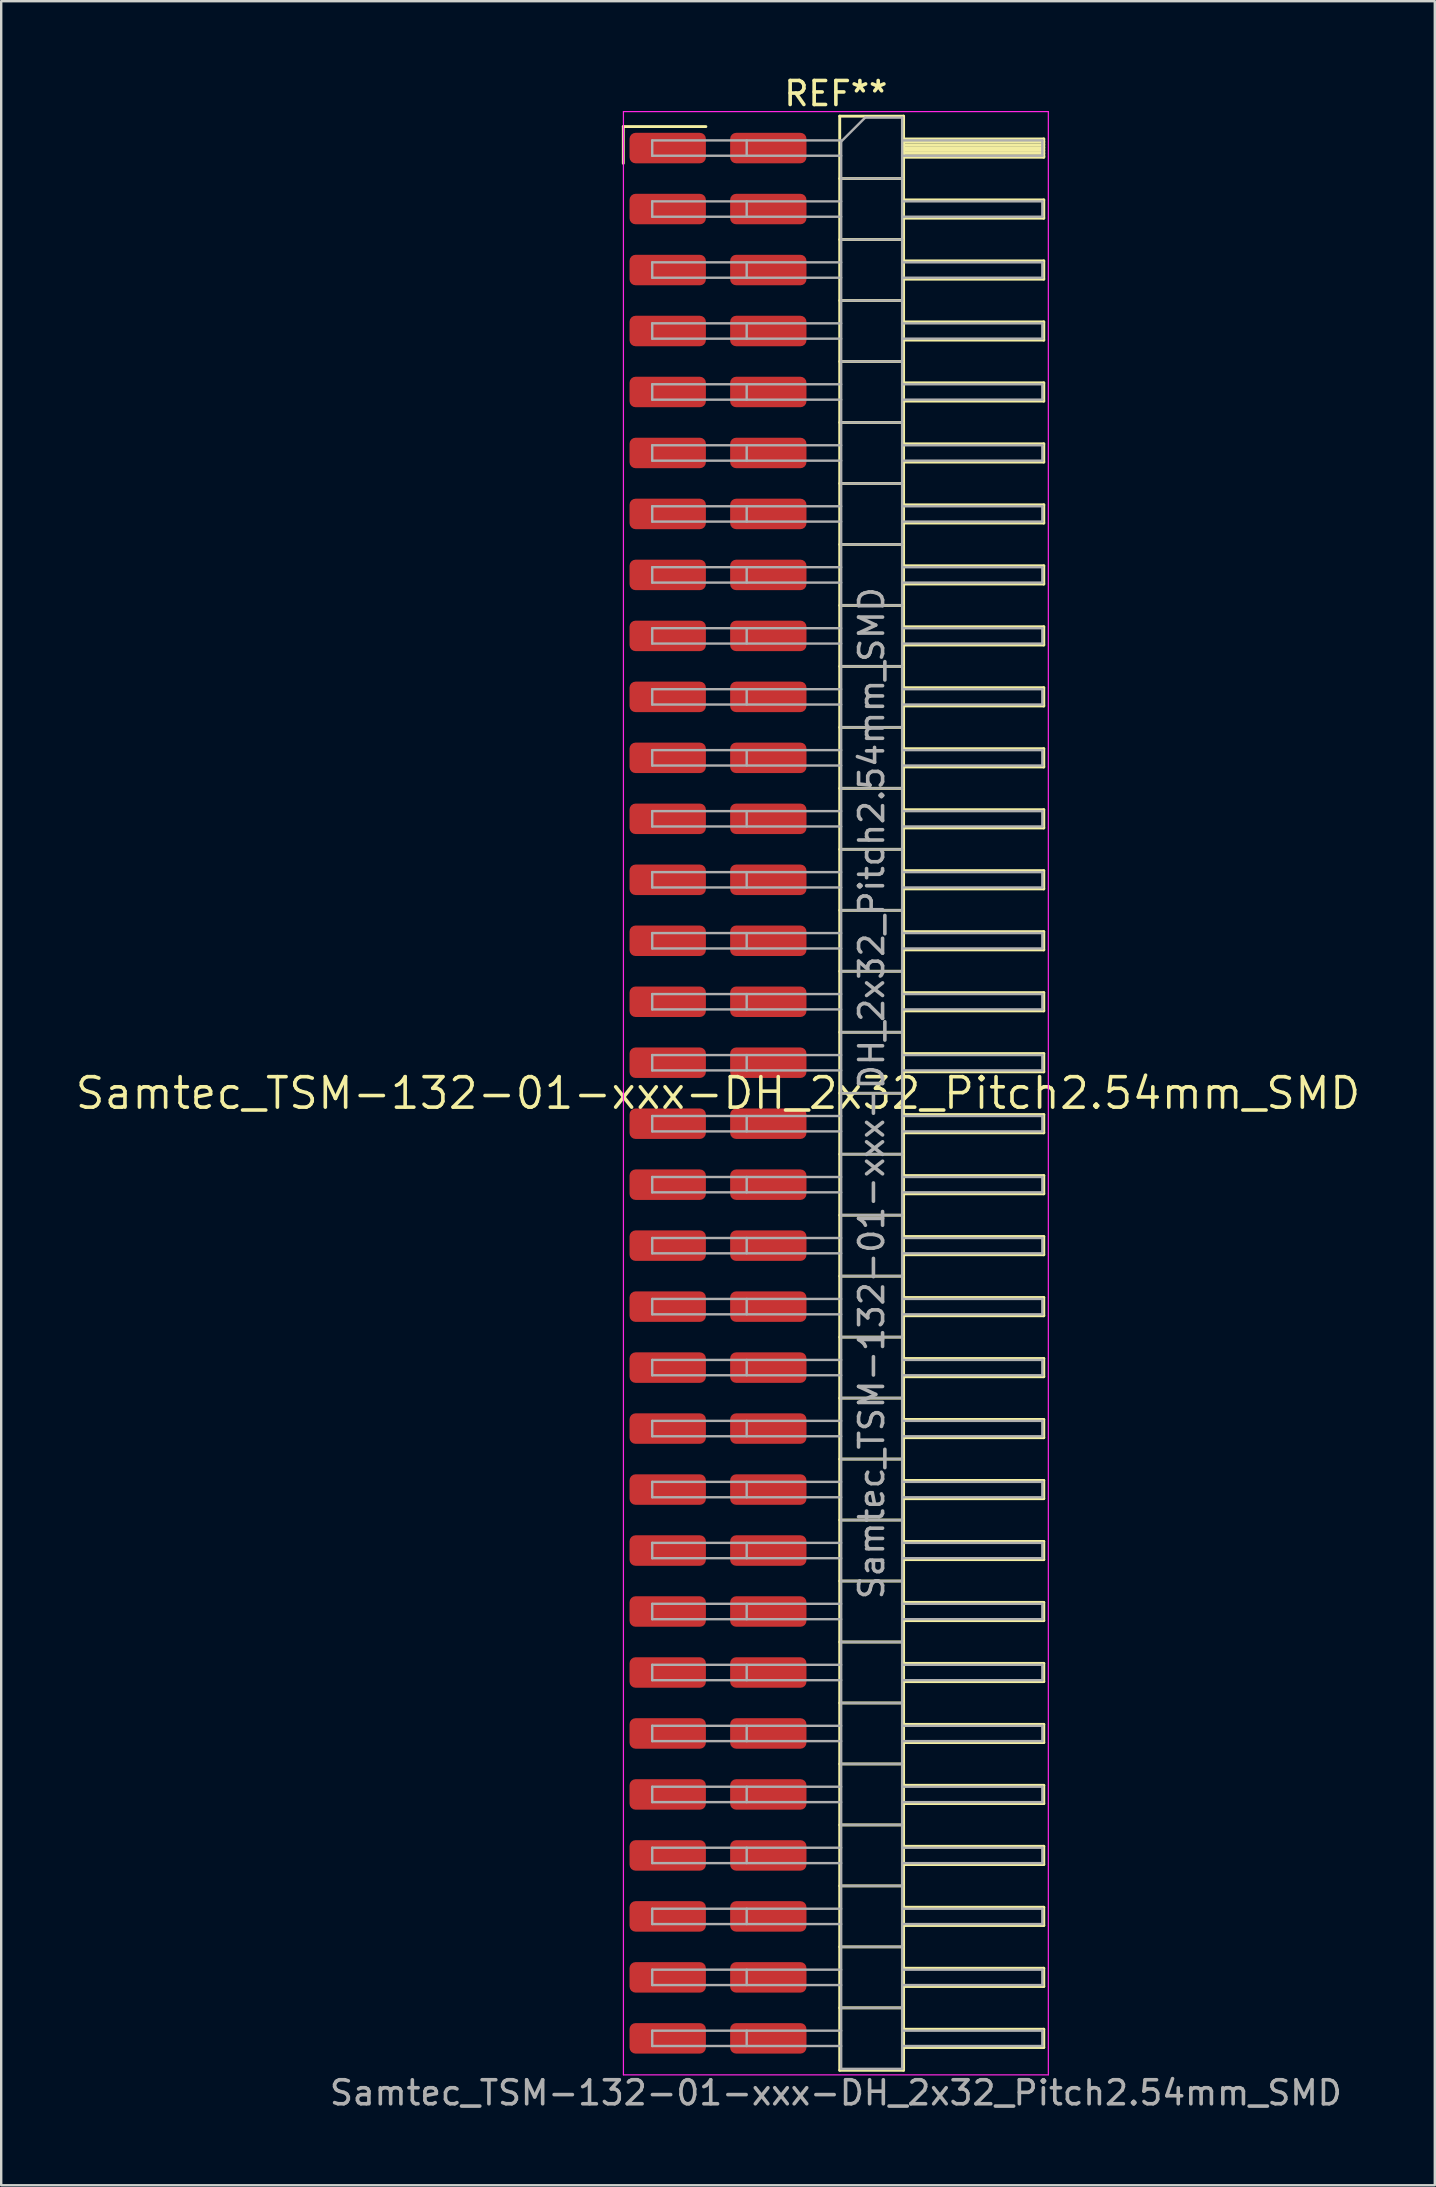
<source format=kicad_pcb>
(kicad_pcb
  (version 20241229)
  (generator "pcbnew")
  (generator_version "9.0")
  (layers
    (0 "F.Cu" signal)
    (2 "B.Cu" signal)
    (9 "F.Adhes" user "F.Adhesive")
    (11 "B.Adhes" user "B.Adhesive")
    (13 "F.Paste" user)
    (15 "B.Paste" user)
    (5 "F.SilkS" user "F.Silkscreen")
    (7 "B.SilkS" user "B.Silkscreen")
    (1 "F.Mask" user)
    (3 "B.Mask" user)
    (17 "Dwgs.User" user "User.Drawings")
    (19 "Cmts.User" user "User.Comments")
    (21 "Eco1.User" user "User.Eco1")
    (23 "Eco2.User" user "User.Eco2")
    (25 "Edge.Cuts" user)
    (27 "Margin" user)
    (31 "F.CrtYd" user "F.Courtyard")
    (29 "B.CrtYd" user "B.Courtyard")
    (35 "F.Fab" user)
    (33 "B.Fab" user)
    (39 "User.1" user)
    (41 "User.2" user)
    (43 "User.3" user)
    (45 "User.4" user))
  (footprint "Samtec_TSM-132-01-xxx-DH_2x32_Pitch2.54mm_SMD"
    (layer "F.Cu")
    (at 26.859 42.488)
    (property "Reference" "Samtec_TSM-132-01-xxx-DH_2x32_Pitch2.54mm_SMD" (at 0 0 0) (layer "F.SilkS") (effects (font (size 1.27 1.27) (thickness 0.15))))
    (attr smd)
    (fp_line (start -3.945 -40.265) (end -0.505 -40.265) (stroke (width 0.12) (type solid)) (layer "F.SilkS"))
    (fp_line (start -3.945 -38.735) (end -3.945 -40.265) (stroke (width 0.12) (type solid)) (layer "F.SilkS"))
    (fp_line (start 5.07 -40.7) (end 7.73 -40.7) (stroke (width 0.12) (type solid)) (layer "F.SilkS"))
    (fp_line (start 5.07 -38.1) (end 7.73 -38.1) (stroke (width 0.12) (type solid)) (layer "F.SilkS"))
    (fp_line (start 5.07 -35.56) (end 7.73 -35.56) (stroke (width 0.12) (type solid)) (layer "F.SilkS"))
    (fp_line (start 5.07 -33.02) (end 7.73 -33.02) (stroke (width 0.12) (type solid)) (layer "F.SilkS"))
    (fp_line (start 5.07 -30.48) (end 7.73 -30.48) (stroke (width 0.12) (type solid)) (layer "F.SilkS"))
    (fp_line (start 5.07 -27.94) (end 7.73 -27.94) (stroke (width 0.12) (type solid)) (layer "F.SilkS"))
    (fp_line (start 5.07 -25.4) (end 7.73 -25.4) (stroke (width 0.12) (type solid)) (layer "F.SilkS"))
    (fp_line (start 5.07 -22.86) (end 7.73 -22.86) (stroke (width 0.12) (type solid)) (layer "F.SilkS"))
    (fp_line (start 5.07 -20.32) (end 7.73 -20.32) (stroke (width 0.12) (type solid)) (layer "F.SilkS"))
    (fp_line (start 5.07 -17.78) (end 7.73 -17.78) (stroke (width 0.12) (type solid)) (layer "F.SilkS"))
    (fp_line (start 5.07 -15.24) (end 7.73 -15.24) (stroke (width 0.12) (type solid)) (layer "F.SilkS"))
    (fp_line (start 5.07 -12.7) (end 7.73 -12.7) (stroke (width 0.12) (type solid)) (layer "F.SilkS"))
    (fp_line (start 5.07 -10.16) (end 7.73 -10.16) (stroke (width 0.12) (type solid)) (layer "F.SilkS"))
    (fp_line (start 5.07 -7.62) (end 7.73 -7.62) (stroke (width 0.12) (type solid)) (layer "F.SilkS"))
    (fp_line (start 5.07 -5.08) (end 7.73 -5.08) (stroke (width 0.12) (type solid)) (layer "F.SilkS"))
    (fp_line (start 5.07 -2.54) (end 7.73 -2.54) (stroke (width 0.12) (type solid)) (layer "F.SilkS"))
    (fp_line (start 5.07 0) (end 7.73 0) (stroke (width 0.12) (type solid)) (layer "F.SilkS"))
    (fp_line (start 5.07 2.54) (end 7.73 2.54) (stroke (width 0.12) (type solid)) (layer "F.SilkS"))
    (fp_line (start 5.07 5.08) (end 7.73 5.08) (stroke (width 0.12) (type solid)) (layer "F.SilkS"))
    (fp_line (start 5.07 7.62) (end 7.73 7.62) (stroke (width 0.12) (type solid)) (layer "F.SilkS"))
    (fp_line (start 5.07 10.16) (end 7.73 10.16) (stroke (width 0.12) (type solid)) (layer "F.SilkS"))
    (fp_line (start 5.07 12.7) (end 7.73 12.7) (stroke (width 0.12) (type solid)) (layer "F.SilkS"))
    (fp_line (start 5.07 15.24) (end 7.73 15.24) (stroke (width 0.12) (type solid)) (layer "F.SilkS"))
    (fp_line (start 5.07 17.78) (end 7.73 17.78) (stroke (width 0.12) (type solid)) (layer "F.SilkS"))
    (fp_line (start 5.07 20.32) (end 7.73 20.32) (stroke (width 0.12) (type solid)) (layer "F.SilkS"))
    (fp_line (start 5.07 22.86) (end 7.73 22.86) (stroke (width 0.12) (type solid)) (layer "F.SilkS"))
    (fp_line (start 5.07 25.4) (end 7.73 25.4) (stroke (width 0.12) (type solid)) (layer "F.SilkS"))
    (fp_line (start 5.07 27.94) (end 7.73 27.94) (stroke (width 0.12) (type solid)) (layer "F.SilkS"))
    (fp_line (start 5.07 30.48) (end 7.73 30.48) (stroke (width 0.12) (type solid)) (layer "F.SilkS"))
    (fp_line (start 5.07 33.02) (end 7.73 33.02) (stroke (width 0.12) (type solid)) (layer "F.SilkS"))
    (fp_line (start 5.07 35.56) (end 7.73 35.56) (stroke (width 0.12) (type solid)) (layer "F.SilkS"))
    (fp_line (start 5.07 38.1) (end 7.73 38.1) (stroke (width 0.12) (type solid)) (layer "F.SilkS"))
    (fp_line (start 5.07 40.7) (end 5.07 -40.7) (stroke (width 0.12) (type solid)) (layer "F.SilkS"))
    (fp_line (start 7.73 -40.7) (end 7.73 40.7) (stroke (width 0.12) (type solid)) (layer "F.SilkS"))
    (fp_line (start 7.73 -39.75) (end 13.57 -39.75) (stroke (width 0.12) (type solid)) (layer "F.SilkS"))
    (fp_line (start 7.73 -39.63) (end 13.57 -39.63) (stroke (width 0.12) (type solid)) (layer "F.SilkS"))
    (fp_line (start 7.73 -39.51) (end 13.57 -39.51) (stroke (width 0.12) (type solid)) (layer "F.SilkS"))
    (fp_line (start 7.73 -39.39) (end 13.57 -39.39) (stroke (width 0.12) (type solid)) (layer "F.SilkS"))
    (fp_line (start 7.73 -39.27) (end 13.57 -39.27) (stroke (width 0.12) (type solid)) (layer "F.SilkS"))
    (fp_line (start 7.73 -39.15) (end 13.57 -39.15) (stroke (width 0.12) (type solid)) (layer "F.SilkS"))
    (fp_line (start 7.73 -39.03) (end 13.57 -39.03) (stroke (width 0.12) (type solid)) (layer "F.SilkS"))
    (fp_line (start 7.73 -38.99) (end 13.57 -38.99) (stroke (width 0.12) (type solid)) (layer "F.SilkS"))
    (fp_line (start 7.73 -37.21) (end 13.57 -37.21) (stroke (width 0.12) (type solid)) (layer "F.SilkS"))
    (fp_line (start 7.73 -36.45) (end 13.57 -36.45) (stroke (width 0.12) (type solid)) (layer "F.SilkS"))
    (fp_line (start 7.73 -34.67) (end 13.57 -34.67) (stroke (width 0.12) (type solid)) (layer "F.SilkS"))
    (fp_line (start 7.73 -33.91) (end 13.57 -33.91) (stroke (width 0.12) (type solid)) (layer "F.SilkS"))
    (fp_line (start 7.73 -32.13) (end 13.57 -32.13) (stroke (width 0.12) (type solid)) (layer "F.SilkS"))
    (fp_line (start 7.73 -31.37) (end 13.57 -31.37) (stroke (width 0.12) (type solid)) (layer "F.SilkS"))
    (fp_line (start 7.73 -29.59) (end 13.57 -29.59) (stroke (width 0.12) (type solid)) (layer "F.SilkS"))
    (fp_line (start 7.73 -28.83) (end 13.57 -28.83) (stroke (width 0.12) (type solid)) (layer "F.SilkS"))
    (fp_line (start 7.73 -27.05) (end 13.57 -27.05) (stroke (width 0.12) (type solid)) (layer "F.SilkS"))
    (fp_line (start 7.73 -26.29) (end 13.57 -26.29) (stroke (width 0.12) (type solid)) (layer "F.SilkS"))
    (fp_line (start 7.73 -24.51) (end 13.57 -24.51) (stroke (width 0.12) (type solid)) (layer "F.SilkS"))
    (fp_line (start 7.73 -23.75) (end 13.57 -23.75) (stroke (width 0.12) (type solid)) (layer "F.SilkS"))
    (fp_line (start 7.73 -21.97) (end 13.57 -21.97) (stroke (width 0.12) (type solid)) (layer "F.SilkS"))
    (fp_line (start 7.73 -21.21) (end 13.57 -21.21) (stroke (width 0.12) (type solid)) (layer "F.SilkS"))
    (fp_line (start 7.73 -19.43) (end 13.57 -19.43) (stroke (width 0.12) (type solid)) (layer "F.SilkS"))
    (fp_line (start 7.73 -18.67) (end 13.57 -18.67) (stroke (width 0.12) (type solid)) (layer "F.SilkS"))
    (fp_line (start 7.73 -16.89) (end 13.57 -16.89) (stroke (width 0.12) (type solid)) (layer "F.SilkS"))
    (fp_line (start 7.73 -16.13) (end 13.57 -16.13) (stroke (width 0.12) (type solid)) (layer "F.SilkS"))
    (fp_line (start 7.73 -14.35) (end 13.57 -14.35) (stroke (width 0.12) (type solid)) (layer "F.SilkS"))
    (fp_line (start 7.73 -13.59) (end 13.57 -13.59) (stroke (width 0.12) (type solid)) (layer "F.SilkS"))
    (fp_line (start 7.73 -11.81) (end 13.57 -11.81) (stroke (width 0.12) (type solid)) (layer "F.SilkS"))
    (fp_line (start 7.73 -11.05) (end 13.57 -11.05) (stroke (width 0.12) (type solid)) (layer "F.SilkS"))
    (fp_line (start 7.73 -9.27) (end 13.57 -9.27) (stroke (width 0.12) (type solid)) (layer "F.SilkS"))
    (fp_line (start 7.73 -8.51) (end 13.57 -8.51) (stroke (width 0.12) (type solid)) (layer "F.SilkS"))
    (fp_line (start 7.73 -6.73) (end 13.57 -6.73) (stroke (width 0.12) (type solid)) (layer "F.SilkS"))
    (fp_line (start 7.73 -5.97) (end 13.57 -5.97) (stroke (width 0.12) (type solid)) (layer "F.SilkS"))
    (fp_line (start 7.73 -4.19) (end 13.57 -4.19) (stroke (width 0.12) (type solid)) (layer "F.SilkS"))
    (fp_line (start 7.73 -3.43) (end 13.57 -3.43) (stroke (width 0.12) (type solid)) (layer "F.SilkS"))
    (fp_line (start 7.73 -1.65) (end 13.57 -1.65) (stroke (width 0.12) (type solid)) (layer "F.SilkS"))
    (fp_line (start 7.73 -0.89) (end 13.57 -0.89) (stroke (width 0.12) (type solid)) (layer "F.SilkS"))
    (fp_line (start 7.73 0.89) (end 13.57 0.89) (stroke (width 0.12) (type solid)) (layer "F.SilkS"))
    (fp_line (start 7.73 1.65) (end 13.57 1.65) (stroke (width 0.12) (type solid)) (layer "F.SilkS"))
    (fp_line (start 7.73 3.43) (end 13.57 3.43) (stroke (width 0.12) (type solid)) (layer "F.SilkS"))
    (fp_line (start 7.73 4.19) (end 13.57 4.19) (stroke (width 0.12) (type solid)) (layer "F.SilkS"))
    (fp_line (start 7.73 5.97) (end 13.57 5.97) (stroke (width 0.12) (type solid)) (layer "F.SilkS"))
    (fp_line (start 7.73 6.73) (end 13.57 6.73) (stroke (width 0.12) (type solid)) (layer "F.SilkS"))
    (fp_line (start 7.73 8.51) (end 13.57 8.51) (stroke (width 0.12) (type solid)) (layer "F.SilkS"))
    (fp_line (start 7.73 9.27) (end 13.57 9.27) (stroke (width 0.12) (type solid)) (layer "F.SilkS"))
    (fp_line (start 7.73 11.05) (end 13.57 11.05) (stroke (width 0.12) (type solid)) (layer "F.SilkS"))
    (fp_line (start 7.73 11.81) (end 13.57 11.81) (stroke (width 0.12) (type solid)) (layer "F.SilkS"))
    (fp_line (start 7.73 13.59) (end 13.57 13.59) (stroke (width 0.12) (type solid)) (layer "F.SilkS"))
    (fp_line (start 7.73 14.35) (end 13.57 14.35) (stroke (width 0.12) (type solid)) (layer "F.SilkS"))
    (fp_line (start 7.73 16.13) (end 13.57 16.13) (stroke (width 0.12) (type solid)) (layer "F.SilkS"))
    (fp_line (start 7.73 16.89) (end 13.57 16.89) (stroke (width 0.12) (type solid)) (layer "F.SilkS"))
    (fp_line (start 7.73 18.67) (end 13.57 18.67) (stroke (width 0.12) (type solid)) (layer "F.SilkS"))
    (fp_line (start 7.73 19.43) (end 13.57 19.43) (stroke (width 0.12) (type solid)) (layer "F.SilkS"))
    (fp_line (start 7.73 21.21) (end 13.57 21.21) (stroke (width 0.12) (type solid)) (layer "F.SilkS"))
    (fp_line (start 7.73 21.97) (end 13.57 21.97) (stroke (width 0.12) (type solid)) (layer "F.SilkS"))
    (fp_line (start 7.73 23.75) (end 13.57 23.75) (stroke (width 0.12) (type solid)) (layer "F.SilkS"))
    (fp_line (start 7.73 24.51) (end 13.57 24.51) (stroke (width 0.12) (type solid)) (layer "F.SilkS"))
    (fp_line (start 7.73 26.29) (end 13.57 26.29) (stroke (width 0.12) (type solid)) (layer "F.SilkS"))
    (fp_line (start 7.73 27.05) (end 13.57 27.05) (stroke (width 0.12) (type solid)) (layer "F.SilkS"))
    (fp_line (start 7.73 28.83) (end 13.57 28.83) (stroke (width 0.12) (type solid)) (layer "F.SilkS"))
    (fp_line (start 7.73 29.59) (end 13.57 29.59) (stroke (width 0.12) (type solid)) (layer "F.SilkS"))
    (fp_line (start 7.73 31.37) (end 13.57 31.37) (stroke (width 0.12) (type solid)) (layer "F.SilkS"))
    (fp_line (start 7.73 32.13) (end 13.57 32.13) (stroke (width 0.12) (type solid)) (layer "F.SilkS"))
    (fp_line (start 7.73 33.91) (end 13.57 33.91) (stroke (width 0.12) (type solid)) (layer "F.SilkS"))
    (fp_line (start 7.73 34.67) (end 13.57 34.67) (stroke (width 0.12) (type solid)) (layer "F.SilkS"))
    (fp_line (start 7.73 36.45) (end 13.57 36.45) (stroke (width 0.12) (type solid)) (layer "F.SilkS"))
    (fp_line (start 7.73 37.21) (end 13.57 37.21) (stroke (width 0.12) (type solid)) (layer "F.SilkS"))
    (fp_line (start 7.73 38.99) (end 13.57 38.99) (stroke (width 0.12) (type solid)) (layer "F.SilkS"))
    (fp_line (start 7.73 39.75) (end 13.57 39.75) (stroke (width 0.12) (type solid)) (layer "F.SilkS"))
    (fp_line (start 7.73 40.7) (end 5.07 40.7) (stroke (width 0.12) (type solid)) (layer "F.SilkS"))
    (fp_line (start 13.57 -39.75) (end 13.57 -38.99) (stroke (width 0.12) (type solid)) (layer "F.SilkS"))
    (fp_line (start 13.57 -37.21) (end 13.57 -36.45) (stroke (width 0.12) (type solid)) (layer "F.SilkS"))
    (fp_line (start 13.57 -34.67) (end 13.57 -33.91) (stroke (width 0.12) (type solid)) (layer "F.SilkS"))
    (fp_line (start 13.57 -32.13) (end 13.57 -31.37) (stroke (width 0.12) (type solid)) (layer "F.SilkS"))
    (fp_line (start 13.57 -29.59) (end 13.57 -28.83) (stroke (width 0.12) (type solid)) (layer "F.SilkS"))
    (fp_line (start 13.57 -27.05) (end 13.57 -26.29) (stroke (width 0.12) (type solid)) (layer "F.SilkS"))
    (fp_line (start 13.57 -24.51) (end 13.57 -23.75) (stroke (width 0.12) (type solid)) (layer "F.SilkS"))
    (fp_line (start 13.57 -21.97) (end 13.57 -21.21) (stroke (width 0.12) (type solid)) (layer "F.SilkS"))
    (fp_line (start 13.57 -19.43) (end 13.57 -18.67) (stroke (width 0.12) (type solid)) (layer "F.SilkS"))
    (fp_line (start 13.57 -16.89) (end 13.57 -16.13) (stroke (width 0.12) (type solid)) (layer "F.SilkS"))
    (fp_line (start 13.57 -14.35) (end 13.57 -13.59) (stroke (width 0.12) (type solid)) (layer "F.SilkS"))
    (fp_line (start 13.57 -11.81) (end 13.57 -11.05) (stroke (width 0.12) (type solid)) (layer "F.SilkS"))
    (fp_line (start 13.57 -9.27) (end 13.57 -8.51) (stroke (width 0.12) (type solid)) (layer "F.SilkS"))
    (fp_line (start 13.57 -6.73) (end 13.57 -5.97) (stroke (width 0.12) (type solid)) (layer "F.SilkS"))
    (fp_line (start 13.57 -4.19) (end 13.57 -3.43) (stroke (width 0.12) (type solid)) (layer "F.SilkS"))
    (fp_line (start 13.57 -1.65) (end 13.57 -0.89) (stroke (width 0.12) (type solid)) (layer "F.SilkS"))
    (fp_line (start 13.57 0.89) (end 13.57 1.65) (stroke (width 0.12) (type solid)) (layer "F.SilkS"))
    (fp_line (start 13.57 3.43) (end 13.57 4.19) (stroke (width 0.12) (type solid)) (layer "F.SilkS"))
    (fp_line (start 13.57 5.97) (end 13.57 6.73) (stroke (width 0.12) (type solid)) (layer "F.SilkS"))
    (fp_line (start 13.57 8.51) (end 13.57 9.27) (stroke (width 0.12) (type solid)) (layer "F.SilkS"))
    (fp_line (start 13.57 11.05) (end 13.57 11.81) (stroke (width 0.12) (type solid)) (layer "F.SilkS"))
    (fp_line (start 13.57 13.59) (end 13.57 14.35) (stroke (width 0.12) (type solid)) (layer "F.SilkS"))
    (fp_line (start 13.57 16.13) (end 13.57 16.89) (stroke (width 0.12) (type solid)) (layer "F.SilkS"))
    (fp_line (start 13.57 18.67) (end 13.57 19.43) (stroke (width 0.12) (type solid)) (layer "F.SilkS"))
    (fp_line (start 13.57 21.21) (end 13.57 21.97) (stroke (width 0.12) (type solid)) (layer "F.SilkS"))
    (fp_line (start 13.57 23.75) (end 13.57 24.51) (stroke (width 0.12) (type solid)) (layer "F.SilkS"))
    (fp_line (start 13.57 26.29) (end 13.57 27.05) (stroke (width 0.12) (type solid)) (layer "F.SilkS"))
    (fp_line (start 13.57 28.83) (end 13.57 29.59) (stroke (width 0.12) (type solid)) (layer "F.SilkS"))
    (fp_line (start 13.57 31.37) (end 13.57 32.13) (stroke (width 0.12) (type solid)) (layer "F.SilkS"))
    (fp_line (start 13.57 33.91) (end 13.57 34.67) (stroke (width 0.12) (type solid)) (layer "F.SilkS"))
    (fp_line (start 13.57 36.45) (end 13.57 37.21) (stroke (width 0.12) (type solid)) (layer "F.SilkS"))
    (fp_line (start 13.57 38.99) (end 13.57 39.75) (stroke (width 0.12) (type solid)) (layer "F.SilkS"))
    (fp_line (start -3.94 -40.89) (end 13.76 -40.89) (stroke (width 0.05) (type solid)) (layer "F.CrtYd"))
    (fp_line (start -3.94 40.89) (end -3.94 -40.89) (stroke (width 0.05) (type solid)) (layer "F.CrtYd"))
    (fp_line (start 13.76 -40.89) (end 13.76 40.89) (stroke (width 0.05) (type solid)) (layer "F.CrtYd"))
    (fp_line (start 13.76 40.89) (end -3.94 40.89) (stroke (width 0.05) (type solid)) (layer "F.CrtYd"))
    (fp_line (start -2.74 -39.69) (end -2.74 -39.05) (stroke (width 0.1) (type solid)) (layer "F.Fab"))
    (fp_line (start -2.74 -39.69) (end 5.13 -39.69) (stroke (width 0.1) (type solid)) (layer "F.Fab"))
    (fp_line (start -2.74 -39.05) (end 5.13 -39.05) (stroke (width 0.1) (type solid)) (layer "F.Fab"))
    (fp_line (start -2.74 -37.15) (end -2.74 -36.51) (stroke (width 0.1) (type solid)) (layer "F.Fab"))
    (fp_line (start -2.74 -37.15) (end 5.13 -37.15) (stroke (width 0.1) (type solid)) (layer "F.Fab"))
    (fp_line (start -2.74 -36.51) (end 5.13 -36.51) (stroke (width 0.1) (type solid)) (layer "F.Fab"))
    (fp_line (start -2.74 -34.61) (end -2.74 -33.97) (stroke (width 0.1) (type solid)) (layer "F.Fab"))
    (fp_line (start -2.74 -34.61) (end 5.13 -34.61) (stroke (width 0.1) (type solid)) (layer "F.Fab"))
    (fp_line (start -2.74 -33.97) (end 5.13 -33.97) (stroke (width 0.1) (type solid)) (layer "F.Fab"))
    (fp_line (start -2.74 -32.07) (end -2.74 -31.43) (stroke (width 0.1) (type solid)) (layer "F.Fab"))
    (fp_line (start -2.74 -32.07) (end 5.13 -32.07) (stroke (width 0.1) (type solid)) (layer "F.Fab"))
    (fp_line (start -2.74 -31.43) (end 5.13 -31.43) (stroke (width 0.1) (type solid)) (layer "F.Fab"))
    (fp_line (start -2.74 -29.53) (end -2.74 -28.89) (stroke (width 0.1) (type solid)) (layer "F.Fab"))
    (fp_line (start -2.74 -29.53) (end 5.13 -29.53) (stroke (width 0.1) (type solid)) (layer "F.Fab"))
    (fp_line (start -2.74 -28.89) (end 5.13 -28.89) (stroke (width 0.1) (type solid)) (layer "F.Fab"))
    (fp_line (start -2.74 -26.99) (end -2.74 -26.35) (stroke (width 0.1) (type solid)) (layer "F.Fab"))
    (fp_line (start -2.74 -26.99) (end 5.13 -26.99) (stroke (width 0.1) (type solid)) (layer "F.Fab"))
    (fp_line (start -2.74 -26.35) (end 5.13 -26.35) (stroke (width 0.1) (type solid)) (layer "F.Fab"))
    (fp_line (start -2.74 -24.45) (end -2.74 -23.81) (stroke (width 0.1) (type solid)) (layer "F.Fab"))
    (fp_line (start -2.74 -24.45) (end 5.13 -24.45) (stroke (width 0.1) (type solid)) (layer "F.Fab"))
    (fp_line (start -2.74 -23.81) (end 5.13 -23.81) (stroke (width 0.1) (type solid)) (layer "F.Fab"))
    (fp_line (start -2.74 -21.91) (end -2.74 -21.27) (stroke (width 0.1) (type solid)) (layer "F.Fab"))
    (fp_line (start -2.74 -21.91) (end 5.13 -21.91) (stroke (width 0.1) (type solid)) (layer "F.Fab"))
    (fp_line (start -2.74 -21.27) (end 5.13 -21.27) (stroke (width 0.1) (type solid)) (layer "F.Fab"))
    (fp_line (start -2.74 -19.37) (end -2.74 -18.73) (stroke (width 0.1) (type solid)) (layer "F.Fab"))
    (fp_line (start -2.74 -19.37) (end 5.13 -19.37) (stroke (width 0.1) (type solid)) (layer "F.Fab"))
    (fp_line (start -2.74 -18.73) (end 5.13 -18.73) (stroke (width 0.1) (type solid)) (layer "F.Fab"))
    (fp_line (start -2.74 -16.83) (end -2.74 -16.19) (stroke (width 0.1) (type solid)) (layer "F.Fab"))
    (fp_line (start -2.74 -16.83) (end 5.13 -16.83) (stroke (width 0.1) (type solid)) (layer "F.Fab"))
    (fp_line (start -2.74 -16.19) (end 5.13 -16.19) (stroke (width 0.1) (type solid)) (layer "F.Fab"))
    (fp_line (start -2.74 -14.29) (end -2.74 -13.65) (stroke (width 0.1) (type solid)) (layer "F.Fab"))
    (fp_line (start -2.74 -14.29) (end 5.13 -14.29) (stroke (width 0.1) (type solid)) (layer "F.Fab"))
    (fp_line (start -2.74 -13.65) (end 5.13 -13.65) (stroke (width 0.1) (type solid)) (layer "F.Fab"))
    (fp_line (start -2.74 -11.75) (end -2.74 -11.11) (stroke (width 0.1) (type solid)) (layer "F.Fab"))
    (fp_line (start -2.74 -11.75) (end 5.13 -11.75) (stroke (width 0.1) (type solid)) (layer "F.Fab"))
    (fp_line (start -2.74 -11.11) (end 5.13 -11.11) (stroke (width 0.1) (type solid)) (layer "F.Fab"))
    (fp_line (start -2.74 -9.21) (end -2.74 -8.57) (stroke (width 0.1) (type solid)) (layer "F.Fab"))
    (fp_line (start -2.74 -9.21) (end 5.13 -9.21) (stroke (width 0.1) (type solid)) (layer "F.Fab"))
    (fp_line (start -2.74 -8.57) (end 5.13 -8.57) (stroke (width 0.1) (type solid)) (layer "F.Fab"))
    (fp_line (start -2.74 -6.67) (end -2.74 -6.03) (stroke (width 0.1) (type solid)) (layer "F.Fab"))
    (fp_line (start -2.74 -6.67) (end 5.13 -6.67) (stroke (width 0.1) (type solid)) (layer "F.Fab"))
    (fp_line (start -2.74 -6.03) (end 5.13 -6.03) (stroke (width 0.1) (type solid)) (layer "F.Fab"))
    (fp_line (start -2.74 -4.13) (end -2.74 -3.49) (stroke (width 0.1) (type solid)) (layer "F.Fab"))
    (fp_line (start -2.74 -4.13) (end 5.13 -4.13) (stroke (width 0.1) (type solid)) (layer "F.Fab"))
    (fp_line (start -2.74 -3.49) (end 5.13 -3.49) (stroke (width 0.1) (type solid)) (layer "F.Fab"))
    (fp_line (start -2.74 -1.59) (end -2.74 -0.95) (stroke (width 0.1) (type solid)) (layer "F.Fab"))
    (fp_line (start -2.74 -1.59) (end 5.13 -1.59) (stroke (width 0.1) (type solid)) (layer "F.Fab"))
    (fp_line (start -2.74 -0.95) (end 5.13 -0.95) (stroke (width 0.1) (type solid)) (layer "F.Fab"))
    (fp_line (start -2.74 0.95) (end -2.74 1.59) (stroke (width 0.1) (type solid)) (layer "F.Fab"))
    (fp_line (start -2.74 0.95) (end 5.13 0.95) (stroke (width 0.1) (type solid)) (layer "F.Fab"))
    (fp_line (start -2.74 1.59) (end 5.13 1.59) (stroke (width 0.1) (type solid)) (layer "F.Fab"))
    (fp_line (start -2.74 3.49) (end -2.74 4.13) (stroke (width 0.1) (type solid)) (layer "F.Fab"))
    (fp_line (start -2.74 3.49) (end 5.13 3.49) (stroke (width 0.1) (type solid)) (layer "F.Fab"))
    (fp_line (start -2.74 4.13) (end 5.13 4.13) (stroke (width 0.1) (type solid)) (layer "F.Fab"))
    (fp_line (start -2.74 6.03) (end -2.74 6.67) (stroke (width 0.1) (type solid)) (layer "F.Fab"))
    (fp_line (start -2.74 6.03) (end 5.13 6.03) (stroke (width 0.1) (type solid)) (layer "F.Fab"))
    (fp_line (start -2.74 6.67) (end 5.13 6.67) (stroke (width 0.1) (type solid)) (layer "F.Fab"))
    (fp_line (start -2.74 8.57) (end -2.74 9.21) (stroke (width 0.1) (type solid)) (layer "F.Fab"))
    (fp_line (start -2.74 8.57) (end 5.13 8.57) (stroke (width 0.1) (type solid)) (layer "F.Fab"))
    (fp_line (start -2.74 9.21) (end 5.13 9.21) (stroke (width 0.1) (type solid)) (layer "F.Fab"))
    (fp_line (start -2.74 11.11) (end -2.74 11.75) (stroke (width 0.1) (type solid)) (layer "F.Fab"))
    (fp_line (start -2.74 11.11) (end 5.13 11.11) (stroke (width 0.1) (type solid)) (layer "F.Fab"))
    (fp_line (start -2.74 11.75) (end 5.13 11.75) (stroke (width 0.1) (type solid)) (layer "F.Fab"))
    (fp_line (start -2.74 13.65) (end -2.74 14.29) (stroke (width 0.1) (type solid)) (layer "F.Fab"))
    (fp_line (start -2.74 13.65) (end 5.13 13.65) (stroke (width 0.1) (type solid)) (layer "F.Fab"))
    (fp_line (start -2.74 14.29) (end 5.13 14.29) (stroke (width 0.1) (type solid)) (layer "F.Fab"))
    (fp_line (start -2.74 16.19) (end -2.74 16.83) (stroke (width 0.1) (type solid)) (layer "F.Fab"))
    (fp_line (start -2.74 16.19) (end 5.13 16.19) (stroke (width 0.1) (type solid)) (layer "F.Fab"))
    (fp_line (start -2.74 16.83) (end 5.13 16.83) (stroke (width 0.1) (type solid)) (layer "F.Fab"))
    (fp_line (start -2.74 18.73) (end -2.74 19.37) (stroke (width 0.1) (type solid)) (layer "F.Fab"))
    (fp_line (start -2.74 18.73) (end 5.13 18.73) (stroke (width 0.1) (type solid)) (layer "F.Fab"))
    (fp_line (start -2.74 19.37) (end 5.13 19.37) (stroke (width 0.1) (type solid)) (layer "F.Fab"))
    (fp_line (start -2.74 21.27) (end -2.74 21.91) (stroke (width 0.1) (type solid)) (layer "F.Fab"))
    (fp_line (start -2.74 21.27) (end 5.13 21.27) (stroke (width 0.1) (type solid)) (layer "F.Fab"))
    (fp_line (start -2.74 21.91) (end 5.13 21.91) (stroke (width 0.1) (type solid)) (layer "F.Fab"))
    (fp_line (start -2.74 23.81) (end -2.74 24.45) (stroke (width 0.1) (type solid)) (layer "F.Fab"))
    (fp_line (start -2.74 23.81) (end 5.13 23.81) (stroke (width 0.1) (type solid)) (layer "F.Fab"))
    (fp_line (start -2.74 24.45) (end 5.13 24.45) (stroke (width 0.1) (type solid)) (layer "F.Fab"))
    (fp_line (start -2.74 26.35) (end -2.74 26.99) (stroke (width 0.1) (type solid)) (layer "F.Fab"))
    (fp_line (start -2.74 26.35) (end 5.13 26.35) (stroke (width 0.1) (type solid)) (layer "F.Fab"))
    (fp_line (start -2.74 26.99) (end 5.13 26.99) (stroke (width 0.1) (type solid)) (layer "F.Fab"))
    (fp_line (start -2.74 28.89) (end -2.74 29.53) (stroke (width 0.1) (type solid)) (layer "F.Fab"))
    (fp_line (start -2.74 28.89) (end 5.13 28.89) (stroke (width 0.1) (type solid)) (layer "F.Fab"))
    (fp_line (start -2.74 29.53) (end 5.13 29.53) (stroke (width 0.1) (type solid)) (layer "F.Fab"))
    (fp_line (start -2.74 31.43) (end -2.74 32.07) (stroke (width 0.1) (type solid)) (layer "F.Fab"))
    (fp_line (start -2.74 31.43) (end 5.13 31.43) (stroke (width 0.1) (type solid)) (layer "F.Fab"))
    (fp_line (start -2.74 32.07) (end 5.13 32.07) (stroke (width 0.1) (type solid)) (layer "F.Fab"))
    (fp_line (start -2.74 33.97) (end -2.74 34.61) (stroke (width 0.1) (type solid)) (layer "F.Fab"))
    (fp_line (start -2.74 33.97) (end 5.13 33.97) (stroke (width 0.1) (type solid)) (layer "F.Fab"))
    (fp_line (start -2.74 34.61) (end 5.13 34.61) (stroke (width 0.1) (type solid)) (layer "F.Fab"))
    (fp_line (start -2.74 36.51) (end -2.74 37.15) (stroke (width 0.1) (type solid)) (layer "F.Fab"))
    (fp_line (start -2.74 36.51) (end 5.13 36.51) (stroke (width 0.1) (type solid)) (layer "F.Fab"))
    (fp_line (start -2.74 37.15) (end 5.13 37.15) (stroke (width 0.1) (type solid)) (layer "F.Fab"))
    (fp_line (start -2.74 39.05) (end -2.74 39.69) (stroke (width 0.1) (type solid)) (layer "F.Fab"))
    (fp_line (start -2.74 39.05) (end 5.13 39.05) (stroke (width 0.1) (type solid)) (layer "F.Fab"))
    (fp_line (start -2.74 39.69) (end 5.13 39.69) (stroke (width 0.1) (type solid)) (layer "F.Fab"))
    (fp_line (start 1.195 -39.69) (end 1.195 -39.05) (stroke (width 0.1) (type solid)) (layer "F.Fab"))
    (fp_line (start 1.195 -37.15) (end 1.195 -36.51) (stroke (width 0.1) (type solid)) (layer "F.Fab"))
    (fp_line (start 1.195 -34.61) (end 1.195 -33.97) (stroke (width 0.1) (type solid)) (layer "F.Fab"))
    (fp_line (start 1.195 -32.07) (end 1.195 -31.43) (stroke (width 0.1) (type solid)) (layer "F.Fab"))
    (fp_line (start 1.195 -29.53) (end 1.195 -28.89) (stroke (width 0.1) (type solid)) (layer "F.Fab"))
    (fp_line (start 1.195 -26.99) (end 1.195 -26.35) (stroke (width 0.1) (type solid)) (layer "F.Fab"))
    (fp_line (start 1.195 -24.45) (end 1.195 -23.81) (stroke (width 0.1) (type solid)) (layer "F.Fab"))
    (fp_line (start 1.195 -21.91) (end 1.195 -21.27) (stroke (width 0.1) (type solid)) (layer "F.Fab"))
    (fp_line (start 1.195 -19.37) (end 1.195 -18.73) (stroke (width 0.1) (type solid)) (layer "F.Fab"))
    (fp_line (start 1.195 -16.83) (end 1.195 -16.19) (stroke (width 0.1) (type solid)) (layer "F.Fab"))
    (fp_line (start 1.195 -14.29) (end 1.195 -13.65) (stroke (width 0.1) (type solid)) (layer "F.Fab"))
    (fp_line (start 1.195 -11.75) (end 1.195 -11.11) (stroke (width 0.1) (type solid)) (layer "F.Fab"))
    (fp_line (start 1.195 -9.21) (end 1.195 -8.57) (stroke (width 0.1) (type solid)) (layer "F.Fab"))
    (fp_line (start 1.195 -6.67) (end 1.195 -6.03) (stroke (width 0.1) (type solid)) (layer "F.Fab"))
    (fp_line (start 1.195 -4.13) (end 1.195 -3.49) (stroke (width 0.1) (type solid)) (layer "F.Fab"))
    (fp_line (start 1.195 -1.59) (end 1.195 -0.95) (stroke (width 0.1) (type solid)) (layer "F.Fab"))
    (fp_line (start 1.195 0.95) (end 1.195 1.59) (stroke (width 0.1) (type solid)) (layer "F.Fab"))
    (fp_line (start 1.195 3.49) (end 1.195 4.13) (stroke (width 0.1) (type solid)) (layer "F.Fab"))
    (fp_line (start 1.195 6.03) (end 1.195 6.67) (stroke (width 0.1) (type solid)) (layer "F.Fab"))
    (fp_line (start 1.195 8.57) (end 1.195 9.21) (stroke (width 0.1) (type solid)) (layer "F.Fab"))
    (fp_line (start 1.195 11.11) (end 1.195 11.75) (stroke (width 0.1) (type solid)) (layer "F.Fab"))
    (fp_line (start 1.195 13.65) (end 1.195 14.29) (stroke (width 0.1) (type solid)) (layer "F.Fab"))
    (fp_line (start 1.195 16.19) (end 1.195 16.83) (stroke (width 0.1) (type solid)) (layer "F.Fab"))
    (fp_line (start 1.195 18.73) (end 1.195 19.37) (stroke (width 0.1) (type solid)) (layer "F.Fab"))
    (fp_line (start 1.195 21.27) (end 1.195 21.91) (stroke (width 0.1) (type solid)) (layer "F.Fab"))
    (fp_line (start 1.195 23.81) (end 1.195 24.45) (stroke (width 0.1) (type solid)) (layer "F.Fab"))
    (fp_line (start 1.195 26.35) (end 1.195 26.99) (stroke (width 0.1) (type solid)) (layer "F.Fab"))
    (fp_line (start 1.195 28.89) (end 1.195 29.53) (stroke (width 0.1) (type solid)) (layer "F.Fab"))
    (fp_line (start 1.195 31.43) (end 1.195 32.07) (stroke (width 0.1) (type solid)) (layer "F.Fab"))
    (fp_line (start 1.195 33.97) (end 1.195 34.61) (stroke (width 0.1) (type solid)) (layer "F.Fab"))
    (fp_line (start 1.195 36.51) (end 1.195 37.15) (stroke (width 0.1) (type solid)) (layer "F.Fab"))
    (fp_line (start 1.195 39.05) (end 1.195 39.69) (stroke (width 0.1) (type solid)) (layer "F.Fab"))
    (fp_line (start 5.13 -39.64) (end 6.13 -40.64) (stroke (width 0.1) (type solid)) (layer "F.Fab"))
    (fp_line (start 5.13 -38.1) (end 7.67 -38.1) (stroke (width 0.1) (type solid)) (layer "F.Fab"))
    (fp_line (start 5.13 -35.56) (end 7.67 -35.56) (stroke (width 0.1) (type solid)) (layer "F.Fab"))
    (fp_line (start 5.13 -33.02) (end 7.67 -33.02) (stroke (width 0.1) (type solid)) (layer "F.Fab"))
    (fp_line (start 5.13 -30.48) (end 7.67 -30.48) (stroke (width 0.1) (type solid)) (layer "F.Fab"))
    (fp_line (start 5.13 -27.94) (end 7.67 -27.94) (stroke (width 0.1) (type solid)) (layer "F.Fab"))
    (fp_line (start 5.13 -25.4) (end 7.67 -25.4) (stroke (width 0.1) (type solid)) (layer "F.Fab"))
    (fp_line (start 5.13 -22.86) (end 7.67 -22.86) (stroke (width 0.1) (type solid)) (layer "F.Fab"))
    (fp_line (start 5.13 -20.32) (end 7.67 -20.32) (stroke (width 0.1) (type solid)) (layer "F.Fab"))
    (fp_line (start 5.13 -17.78) (end 7.67 -17.78) (stroke (width 0.1) (type solid)) (layer "F.Fab"))
    (fp_line (start 5.13 -15.24) (end 7.67 -15.24) (stroke (width 0.1) (type solid)) (layer "F.Fab"))
    (fp_line (start 5.13 -12.7) (end 7.67 -12.7) (stroke (width 0.1) (type solid)) (layer "F.Fab"))
    (fp_line (start 5.13 -10.16) (end 7.67 -10.16) (stroke (width 0.1) (type solid)) (layer "F.Fab"))
    (fp_line (start 5.13 -7.62) (end 7.67 -7.62) (stroke (width 0.1) (type solid)) (layer "F.Fab"))
    (fp_line (start 5.13 -5.08) (end 7.67 -5.08) (stroke (width 0.1) (type solid)) (layer "F.Fab"))
    (fp_line (start 5.13 -2.54) (end 7.67 -2.54) (stroke (width 0.1) (type solid)) (layer "F.Fab"))
    (fp_line (start 5.13 0) (end 7.67 0) (stroke (width 0.1) (type solid)) (layer "F.Fab"))
    (fp_line (start 5.13 2.54) (end 7.67 2.54) (stroke (width 0.1) (type solid)) (layer "F.Fab"))
    (fp_line (start 5.13 5.08) (end 7.67 5.08) (stroke (width 0.1) (type solid)) (layer "F.Fab"))
    (fp_line (start 5.13 7.62) (end 7.67 7.62) (stroke (width 0.1) (type solid)) (layer "F.Fab"))
    (fp_line (start 5.13 10.16) (end 7.67 10.16) (stroke (width 0.1) (type solid)) (layer "F.Fab"))
    (fp_line (start 5.13 12.7) (end 7.67 12.7) (stroke (width 0.1) (type solid)) (layer "F.Fab"))
    (fp_line (start 5.13 15.24) (end 7.67 15.24) (stroke (width 0.1) (type solid)) (layer "F.Fab"))
    (fp_line (start 5.13 17.78) (end 7.67 17.78) (stroke (width 0.1) (type solid)) (layer "F.Fab"))
    (fp_line (start 5.13 20.32) (end 7.67 20.32) (stroke (width 0.1) (type solid)) (layer "F.Fab"))
    (fp_line (start 5.13 22.86) (end 7.67 22.86) (stroke (width 0.1) (type solid)) (layer "F.Fab"))
    (fp_line (start 5.13 25.4) (end 7.67 25.4) (stroke (width 0.1) (type solid)) (layer "F.Fab"))
    (fp_line (start 5.13 27.94) (end 7.67 27.94) (stroke (width 0.1) (type solid)) (layer "F.Fab"))
    (fp_line (start 5.13 30.48) (end 7.67 30.48) (stroke (width 0.1) (type solid)) (layer "F.Fab"))
    (fp_line (start 5.13 33.02) (end 7.67 33.02) (stroke (width 0.1) (type solid)) (layer "F.Fab"))
    (fp_line (start 5.13 35.56) (end 7.67 35.56) (stroke (width 0.1) (type solid)) (layer "F.Fab"))
    (fp_line (start 5.13 38.1) (end 7.67 38.1) (stroke (width 0.1) (type solid)) (layer "F.Fab"))
    (fp_line (start 5.13 40.64) (end 5.13 -39.64) (stroke (width 0.1) (type solid)) (layer "F.Fab"))
    (fp_line (start 6.13 -40.64) (end 7.67 -40.64) (stroke (width 0.1) (type solid)) (layer "F.Fab"))
    (fp_line (start 7.67 -40.64) (end 7.67 40.64) (stroke (width 0.1) (type solid)) (layer "F.Fab"))
    (fp_line (start 7.67 -39.69) (end 13.51 -39.69) (stroke (width 0.1) (type solid)) (layer "F.Fab"))
    (fp_line (start 7.67 -39.05) (end 13.51 -39.05) (stroke (width 0.1) (type solid)) (layer "F.Fab"))
    (fp_line (start 7.67 -37.15) (end 13.51 -37.15) (stroke (width 0.1) (type solid)) (layer "F.Fab"))
    (fp_line (start 7.67 -36.51) (end 13.51 -36.51) (stroke (width 0.1) (type solid)) (layer "F.Fab"))
    (fp_line (start 7.67 -34.61) (end 13.51 -34.61) (stroke (width 0.1) (type solid)) (layer "F.Fab"))
    (fp_line (start 7.67 -33.97) (end 13.51 -33.97) (stroke (width 0.1) (type solid)) (layer "F.Fab"))
    (fp_line (start 7.67 -32.07) (end 13.51 -32.07) (stroke (width 0.1) (type solid)) (layer "F.Fab"))
    (fp_line (start 7.67 -31.43) (end 13.51 -31.43) (stroke (width 0.1) (type solid)) (layer "F.Fab"))
    (fp_line (start 7.67 -29.53) (end 13.51 -29.53) (stroke (width 0.1) (type solid)) (layer "F.Fab"))
    (fp_line (start 7.67 -28.89) (end 13.51 -28.89) (stroke (width 0.1) (type solid)) (layer "F.Fab"))
    (fp_line (start 7.67 -26.99) (end 13.51 -26.99) (stroke (width 0.1) (type solid)) (layer "F.Fab"))
    (fp_line (start 7.67 -26.35) (end 13.51 -26.35) (stroke (width 0.1) (type solid)) (layer "F.Fab"))
    (fp_line (start 7.67 -24.45) (end 13.51 -24.45) (stroke (width 0.1) (type solid)) (layer "F.Fab"))
    (fp_line (start 7.67 -23.81) (end 13.51 -23.81) (stroke (width 0.1) (type solid)) (layer "F.Fab"))
    (fp_line (start 7.67 -21.91) (end 13.51 -21.91) (stroke (width 0.1) (type solid)) (layer "F.Fab"))
    (fp_line (start 7.67 -21.27) (end 13.51 -21.27) (stroke (width 0.1) (type solid)) (layer "F.Fab"))
    (fp_line (start 7.67 -19.37) (end 13.51 -19.37) (stroke (width 0.1) (type solid)) (layer "F.Fab"))
    (fp_line (start 7.67 -18.73) (end 13.51 -18.73) (stroke (width 0.1) (type solid)) (layer "F.Fab"))
    (fp_line (start 7.67 -16.83) (end 13.51 -16.83) (stroke (width 0.1) (type solid)) (layer "F.Fab"))
    (fp_line (start 7.67 -16.19) (end 13.51 -16.19) (stroke (width 0.1) (type solid)) (layer "F.Fab"))
    (fp_line (start 7.67 -14.29) (end 13.51 -14.29) (stroke (width 0.1) (type solid)) (layer "F.Fab"))
    (fp_line (start 7.67 -13.65) (end 13.51 -13.65) (stroke (width 0.1) (type solid)) (layer "F.Fab"))
    (fp_line (start 7.67 -11.75) (end 13.51 -11.75) (stroke (width 0.1) (type solid)) (layer "F.Fab"))
    (fp_line (start 7.67 -11.11) (end 13.51 -11.11) (stroke (width 0.1) (type solid)) (layer "F.Fab"))
    (fp_line (start 7.67 -9.21) (end 13.51 -9.21) (stroke (width 0.1) (type solid)) (layer "F.Fab"))
    (fp_line (start 7.67 -8.57) (end 13.51 -8.57) (stroke (width 0.1) (type solid)) (layer "F.Fab"))
    (fp_line (start 7.67 -6.67) (end 13.51 -6.67) (stroke (width 0.1) (type solid)) (layer "F.Fab"))
    (fp_line (start 7.67 -6.03) (end 13.51 -6.03) (stroke (width 0.1) (type solid)) (layer "F.Fab"))
    (fp_line (start 7.67 -4.13) (end 13.51 -4.13) (stroke (width 0.1) (type solid)) (layer "F.Fab"))
    (fp_line (start 7.67 -3.49) (end 13.51 -3.49) (stroke (width 0.1) (type solid)) (layer "F.Fab"))
    (fp_line (start 7.67 -1.59) (end 13.51 -1.59) (stroke (width 0.1) (type solid)) (layer "F.Fab"))
    (fp_line (start 7.67 -0.95) (end 13.51 -0.95) (stroke (width 0.1) (type solid)) (layer "F.Fab"))
    (fp_line (start 7.67 0.95) (end 13.51 0.95) (stroke (width 0.1) (type solid)) (layer "F.Fab"))
    (fp_line (start 7.67 1.59) (end 13.51 1.59) (stroke (width 0.1) (type solid)) (layer "F.Fab"))
    (fp_line (start 7.67 3.49) (end 13.51 3.49) (stroke (width 0.1) (type solid)) (layer "F.Fab"))
    (fp_line (start 7.67 4.13) (end 13.51 4.13) (stroke (width 0.1) (type solid)) (layer "F.Fab"))
    (fp_line (start 7.67 6.03) (end 13.51 6.03) (stroke (width 0.1) (type solid)) (layer "F.Fab"))
    (fp_line (start 7.67 6.67) (end 13.51 6.67) (stroke (width 0.1) (type solid)) (layer "F.Fab"))
    (fp_line (start 7.67 8.57) (end 13.51 8.57) (stroke (width 0.1) (type solid)) (layer "F.Fab"))
    (fp_line (start 7.67 9.21) (end 13.51 9.21) (stroke (width 0.1) (type solid)) (layer "F.Fab"))
    (fp_line (start 7.67 11.11) (end 13.51 11.11) (stroke (width 0.1) (type solid)) (layer "F.Fab"))
    (fp_line (start 7.67 11.75) (end 13.51 11.75) (stroke (width 0.1) (type solid)) (layer "F.Fab"))
    (fp_line (start 7.67 13.65) (end 13.51 13.65) (stroke (width 0.1) (type solid)) (layer "F.Fab"))
    (fp_line (start 7.67 14.29) (end 13.51 14.29) (stroke (width 0.1) (type solid)) (layer "F.Fab"))
    (fp_line (start 7.67 16.19) (end 13.51 16.19) (stroke (width 0.1) (type solid)) (layer "F.Fab"))
    (fp_line (start 7.67 16.83) (end 13.51 16.83) (stroke (width 0.1) (type solid)) (layer "F.Fab"))
    (fp_line (start 7.67 18.73) (end 13.51 18.73) (stroke (width 0.1) (type solid)) (layer "F.Fab"))
    (fp_line (start 7.67 19.37) (end 13.51 19.37) (stroke (width 0.1) (type solid)) (layer "F.Fab"))
    (fp_line (start 7.67 21.27) (end 13.51 21.27) (stroke (width 0.1) (type solid)) (layer "F.Fab"))
    (fp_line (start 7.67 21.91) (end 13.51 21.91) (stroke (width 0.1) (type solid)) (layer "F.Fab"))
    (fp_line (start 7.67 23.81) (end 13.51 23.81) (stroke (width 0.1) (type solid)) (layer "F.Fab"))
    (fp_line (start 7.67 24.45) (end 13.51 24.45) (stroke (width 0.1) (type solid)) (layer "F.Fab"))
    (fp_line (start 7.67 26.35) (end 13.51 26.35) (stroke (width 0.1) (type solid)) (layer "F.Fab"))
    (fp_line (start 7.67 26.99) (end 13.51 26.99) (stroke (width 0.1) (type solid)) (layer "F.Fab"))
    (fp_line (start 7.67 28.89) (end 13.51 28.89) (stroke (width 0.1) (type solid)) (layer "F.Fab"))
    (fp_line (start 7.67 29.53) (end 13.51 29.53) (stroke (width 0.1) (type solid)) (layer "F.Fab"))
    (fp_line (start 7.67 31.43) (end 13.51 31.43) (stroke (width 0.1) (type solid)) (layer "F.Fab"))
    (fp_line (start 7.67 32.07) (end 13.51 32.07) (stroke (width 0.1) (type solid)) (layer "F.Fab"))
    (fp_line (start 7.67 33.97) (end 13.51 33.97) (stroke (width 0.1) (type solid)) (layer "F.Fab"))
    (fp_line (start 7.67 34.61) (end 13.51 34.61) (stroke (width 0.1) (type solid)) (layer "F.Fab"))
    (fp_line (start 7.67 36.51) (end 13.51 36.51) (stroke (width 0.1) (type solid)) (layer "F.Fab"))
    (fp_line (start 7.67 37.15) (end 13.51 37.15) (stroke (width 0.1) (type solid)) (layer "F.Fab"))
    (fp_line (start 7.67 39.05) (end 13.51 39.05) (stroke (width 0.1) (type solid)) (layer "F.Fab"))
    (fp_line (start 7.67 39.69) (end 13.51 39.69) (stroke (width 0.1) (type solid)) (layer "F.Fab"))
    (fp_line (start 7.67 40.64) (end 5.13 40.64) (stroke (width 0.1) (type solid)) (layer "F.Fab"))
    (fp_line (start 13.51 -39.69) (end 13.51 -39.05) (stroke (width 0.1) (type solid)) (layer "F.Fab"))
    (fp_line (start 13.51 -37.15) (end 13.51 -36.51) (stroke (width 0.1) (type solid)) (layer "F.Fab"))
    (fp_line (start 13.51 -34.61) (end 13.51 -33.97) (stroke (width 0.1) (type solid)) (layer "F.Fab"))
    (fp_line (start 13.51 -32.07) (end 13.51 -31.43) (stroke (width 0.1) (type solid)) (layer "F.Fab"))
    (fp_line (start 13.51 -29.53) (end 13.51 -28.89) (stroke (width 0.1) (type solid)) (layer "F.Fab"))
    (fp_line (start 13.51 -26.99) (end 13.51 -26.35) (stroke (width 0.1) (type solid)) (layer "F.Fab"))
    (fp_line (start 13.51 -24.45) (end 13.51 -23.81) (stroke (width 0.1) (type solid)) (layer "F.Fab"))
    (fp_line (start 13.51 -21.91) (end 13.51 -21.27) (stroke (width 0.1) (type solid)) (layer "F.Fab"))
    (fp_line (start 13.51 -19.37) (end 13.51 -18.73) (stroke (width 0.1) (type solid)) (layer "F.Fab"))
    (fp_line (start 13.51 -16.83) (end 13.51 -16.19) (stroke (width 0.1) (type solid)) (layer "F.Fab"))
    (fp_line (start 13.51 -14.29) (end 13.51 -13.65) (stroke (width 0.1) (type solid)) (layer "F.Fab"))
    (fp_line (start 13.51 -11.75) (end 13.51 -11.11) (stroke (width 0.1) (type solid)) (layer "F.Fab"))
    (fp_line (start 13.51 -9.21) (end 13.51 -8.57) (stroke (width 0.1) (type solid)) (layer "F.Fab"))
    (fp_line (start 13.51 -6.67) (end 13.51 -6.03) (stroke (width 0.1) (type solid)) (layer "F.Fab"))
    (fp_line (start 13.51 -4.13) (end 13.51 -3.49) (stroke (width 0.1) (type solid)) (layer "F.Fab"))
    (fp_line (start 13.51 -1.59) (end 13.51 -0.95) (stroke (width 0.1) (type solid)) (layer "F.Fab"))
    (fp_line (start 13.51 0.95) (end 13.51 1.59) (stroke (width 0.1) (type solid)) (layer "F.Fab"))
    (fp_line (start 13.51 3.49) (end 13.51 4.13) (stroke (width 0.1) (type solid)) (layer "F.Fab"))
    (fp_line (start 13.51 6.03) (end 13.51 6.67) (stroke (width 0.1) (type solid)) (layer "F.Fab"))
    (fp_line (start 13.51 8.57) (end 13.51 9.21) (stroke (width 0.1) (type solid)) (layer "F.Fab"))
    (fp_line (start 13.51 11.11) (end 13.51 11.75) (stroke (width 0.1) (type solid)) (layer "F.Fab"))
    (fp_line (start 13.51 13.65) (end 13.51 14.29) (stroke (width 0.1) (type solid)) (layer "F.Fab"))
    (fp_line (start 13.51 16.19) (end 13.51 16.83) (stroke (width 0.1) (type solid)) (layer "F.Fab"))
    (fp_line (start 13.51 18.73) (end 13.51 19.37) (stroke (width 0.1) (type solid)) (layer "F.Fab"))
    (fp_line (start 13.51 21.27) (end 13.51 21.91) (stroke (width 0.1) (type solid)) (layer "F.Fab"))
    (fp_line (start 13.51 23.81) (end 13.51 24.45) (stroke (width 0.1) (type solid)) (layer "F.Fab"))
    (fp_line (start 13.51 26.35) (end 13.51 26.99) (stroke (width 0.1) (type solid)) (layer "F.Fab"))
    (fp_line (start 13.51 28.89) (end 13.51 29.53) (stroke (width 0.1) (type solid)) (layer "F.Fab"))
    (fp_line (start 13.51 31.43) (end 13.51 32.07) (stroke (width 0.1) (type solid)) (layer "F.Fab"))
    (fp_line (start 13.51 33.97) (end 13.51 34.61) (stroke (width 0.1) (type solid)) (layer "F.Fab"))
    (fp_line (start 13.51 36.51) (end 13.51 37.15) (stroke (width 0.1) (type solid)) (layer "F.Fab"))
    (fp_line (start 13.51 39.05) (end 13.51 39.69) (stroke (width 0.1) (type solid)) (layer "F.Fab"))
    (fp_text user "REF**" (at 4.91 -41.64 0) (layer "F.SilkS") (effects (font (size 1 1) (thickness 0.15))))
    (fp_text user "Samtec_TSM-132-01-xxx-DH_2x32_Pitch2.54mm_SMD" (at 4.91 41.64 0) (layer "F.Fab") (effects (font (size 1 1) (thickness 0.15))))
    (fp_text user "${REFERENCE}" (at 6.4 0 90) (layer "F.Fab") (effects (font (size 1 1) (thickness 0.15))))
    (pad "1" smd roundrect (at -2.095 -39.37) (size 3.18 1.27) (layers "F.Cu" "F.Mask" "F.Paste") (roundrect_rratio 0.197))
    (pad "2" smd roundrect (at 2.095 -39.37) (size 3.18 1.27) (layers "F.Cu" "F.Mask" "F.Paste") (roundrect_rratio 0.197))
    (pad "3" smd roundrect (at -2.095 -36.83) (size 3.18 1.27) (layers "F.Cu" "F.Mask" "F.Paste") (roundrect_rratio 0.197))
    (pad "4" smd roundrect (at 2.095 -36.83) (size 3.18 1.27) (layers "F.Cu" "F.Mask" "F.Paste") (roundrect_rratio 0.197))
    (pad "5" smd roundrect (at -2.095 -34.29) (size 3.18 1.27) (layers "F.Cu" "F.Mask" "F.Paste") (roundrect_rratio 0.197))
    (pad "6" smd roundrect (at 2.095 -34.29) (size 3.18 1.27) (layers "F.Cu" "F.Mask" "F.Paste") (roundrect_rratio 0.197))
    (pad "7" smd roundrect (at -2.095 -31.75) (size 3.18 1.27) (layers "F.Cu" "F.Mask" "F.Paste") (roundrect_rratio 0.197))
    (pad "8" smd roundrect (at 2.095 -31.75) (size 3.18 1.27) (layers "F.Cu" "F.Mask" "F.Paste") (roundrect_rratio 0.197))
    (pad "9" smd roundrect (at -2.095 -29.21) (size 3.18 1.27) (layers "F.Cu" "F.Mask" "F.Paste") (roundrect_rratio 0.197))
    (pad "10" smd roundrect (at 2.095 -29.21) (size 3.18 1.27) (layers "F.Cu" "F.Mask" "F.Paste") (roundrect_rratio 0.197))
    (pad "11" smd roundrect (at -2.095 -26.67) (size 3.18 1.27) (layers "F.Cu" "F.Mask" "F.Paste") (roundrect_rratio 0.197))
    (pad "12" smd roundrect (at 2.095 -26.67) (size 3.18 1.27) (layers "F.Cu" "F.Mask" "F.Paste") (roundrect_rratio 0.197))
    (pad "13" smd roundrect (at -2.095 -24.13) (size 3.18 1.27) (layers "F.Cu" "F.Mask" "F.Paste") (roundrect_rratio 0.197))
    (pad "14" smd roundrect (at 2.095 -24.13) (size 3.18 1.27) (layers "F.Cu" "F.Mask" "F.Paste") (roundrect_rratio 0.197))
    (pad "15" smd roundrect (at -2.095 -21.59) (size 3.18 1.27) (layers "F.Cu" "F.Mask" "F.Paste") (roundrect_rratio 0.197))
    (pad "16" smd roundrect (at 2.095 -21.59) (size 3.18 1.27) (layers "F.Cu" "F.Mask" "F.Paste") (roundrect_rratio 0.197))
    (pad "17" smd roundrect (at -2.095 -19.05) (size 3.18 1.27) (layers "F.Cu" "F.Mask" "F.Paste") (roundrect_rratio 0.197))
    (pad "18" smd roundrect (at 2.095 -19.05) (size 3.18 1.27) (layers "F.Cu" "F.Mask" "F.Paste") (roundrect_rratio 0.197))
    (pad "19" smd roundrect (at -2.095 -16.51) (size 3.18 1.27) (layers "F.Cu" "F.Mask" "F.Paste") (roundrect_rratio 0.197))
    (pad "20" smd roundrect (at 2.095 -16.51) (size 3.18 1.27) (layers "F.Cu" "F.Mask" "F.Paste") (roundrect_rratio 0.197))
    (pad "21" smd roundrect (at -2.095 -13.97) (size 3.18 1.27) (layers "F.Cu" "F.Mask" "F.Paste") (roundrect_rratio 0.197))
    (pad "22" smd roundrect (at 2.095 -13.97) (size 3.18 1.27) (layers "F.Cu" "F.Mask" "F.Paste") (roundrect_rratio 0.197))
    (pad "23" smd roundrect (at -2.095 -11.43) (size 3.18 1.27) (layers "F.Cu" "F.Mask" "F.Paste") (roundrect_rratio 0.197))
    (pad "24" smd roundrect (at 2.095 -11.43) (size 3.18 1.27) (layers "F.Cu" "F.Mask" "F.Paste") (roundrect_rratio 0.197))
    (pad "25" smd roundrect (at -2.095 -8.89) (size 3.18 1.27) (layers "F.Cu" "F.Mask" "F.Paste") (roundrect_rratio 0.197))
    (pad "26" smd roundrect (at 2.095 -8.89) (size 3.18 1.27) (layers "F.Cu" "F.Mask" "F.Paste") (roundrect_rratio 0.197))
    (pad "27" smd roundrect (at -2.095 -6.35) (size 3.18 1.27) (layers "F.Cu" "F.Mask" "F.Paste") (roundrect_rratio 0.197))
    (pad "28" smd roundrect (at 2.095 -6.35) (size 3.18 1.27) (layers "F.Cu" "F.Mask" "F.Paste") (roundrect_rratio 0.197))
    (pad "29" smd roundrect (at -2.095 -3.81) (size 3.18 1.27) (layers "F.Cu" "F.Mask" "F.Paste") (roundrect_rratio 0.197))
    (pad "30" smd roundrect (at 2.095 -3.81) (size 3.18 1.27) (layers "F.Cu" "F.Mask" "F.Paste") (roundrect_rratio 0.197))
    (pad "31" smd roundrect (at -2.095 -1.27) (size 3.18 1.27) (layers "F.Cu" "F.Mask" "F.Paste") (roundrect_rratio 0.197))
    (pad "32" smd roundrect (at 2.095 -1.27) (size 3.18 1.27) (layers "F.Cu" "F.Mask" "F.Paste") (roundrect_rratio 0.197))
    (pad "33" smd roundrect (at -2.095 1.27) (size 3.18 1.27) (layers "F.Cu" "F.Mask" "F.Paste") (roundrect_rratio 0.197))
    (pad "34" smd roundrect (at 2.095 1.27) (size 3.18 1.27) (layers "F.Cu" "F.Mask" "F.Paste") (roundrect_rratio 0.197))
    (pad "35" smd roundrect (at -2.095 3.81) (size 3.18 1.27) (layers "F.Cu" "F.Mask" "F.Paste") (roundrect_rratio 0.197))
    (pad "36" smd roundrect (at 2.095 3.81) (size 3.18 1.27) (layers "F.Cu" "F.Mask" "F.Paste") (roundrect_rratio 0.197))
    (pad "37" smd roundrect (at -2.095 6.35) (size 3.18 1.27) (layers "F.Cu" "F.Mask" "F.Paste") (roundrect_rratio 0.197))
    (pad "38" smd roundrect (at 2.095 6.35) (size 3.18 1.27) (layers "F.Cu" "F.Mask" "F.Paste") (roundrect_rratio 0.197))
    (pad "39" smd roundrect (at -2.095 8.89) (size 3.18 1.27) (layers "F.Cu" "F.Mask" "F.Paste") (roundrect_rratio 0.197))
    (pad "40" smd roundrect (at 2.095 8.89) (size 3.18 1.27) (layers "F.Cu" "F.Mask" "F.Paste") (roundrect_rratio 0.197))
    (pad "41" smd roundrect (at -2.095 11.43) (size 3.18 1.27) (layers "F.Cu" "F.Mask" "F.Paste") (roundrect_rratio 0.197))
    (pad "42" smd roundrect (at 2.095 11.43) (size 3.18 1.27) (layers "F.Cu" "F.Mask" "F.Paste") (roundrect_rratio 0.197))
    (pad "43" smd roundrect (at -2.095 13.97) (size 3.18 1.27) (layers "F.Cu" "F.Mask" "F.Paste") (roundrect_rratio 0.197))
    (pad "44" smd roundrect (at 2.095 13.97) (size 3.18 1.27) (layers "F.Cu" "F.Mask" "F.Paste") (roundrect_rratio 0.197))
    (pad "45" smd roundrect (at -2.095 16.51) (size 3.18 1.27) (layers "F.Cu" "F.Mask" "F.Paste") (roundrect_rratio 0.197))
    (pad "46" smd roundrect (at 2.095 16.51) (size 3.18 1.27) (layers "F.Cu" "F.Mask" "F.Paste") (roundrect_rratio 0.197))
    (pad "47" smd roundrect (at -2.095 19.05) (size 3.18 1.27) (layers "F.Cu" "F.Mask" "F.Paste") (roundrect_rratio 0.197))
    (pad "48" smd roundrect (at 2.095 19.05) (size 3.18 1.27) (layers "F.Cu" "F.Mask" "F.Paste") (roundrect_rratio 0.197))
    (pad "49" smd roundrect (at -2.095 21.59) (size 3.18 1.27) (layers "F.Cu" "F.Mask" "F.Paste") (roundrect_rratio 0.197))
    (pad "50" smd roundrect (at 2.095 21.59) (size 3.18 1.27) (layers "F.Cu" "F.Mask" "F.Paste") (roundrect_rratio 0.197))
    (pad "51" smd roundrect (at -2.095 24.13) (size 3.18 1.27) (layers "F.Cu" "F.Mask" "F.Paste") (roundrect_rratio 0.197))
    (pad "52" smd roundrect (at 2.095 24.13) (size 3.18 1.27) (layers "F.Cu" "F.Mask" "F.Paste") (roundrect_rratio 0.197))
    (pad "53" smd roundrect (at -2.095 26.67) (size 3.18 1.27) (layers "F.Cu" "F.Mask" "F.Paste") (roundrect_rratio 0.197))
    (pad "54" smd roundrect (at 2.095 26.67) (size 3.18 1.27) (layers "F.Cu" "F.Mask" "F.Paste") (roundrect_rratio 0.197))
    (pad "55" smd roundrect (at -2.095 29.21) (size 3.18 1.27) (layers "F.Cu" "F.Mask" "F.Paste") (roundrect_rratio 0.197))
    (pad "56" smd roundrect (at 2.095 29.21) (size 3.18 1.27) (layers "F.Cu" "F.Mask" "F.Paste") (roundrect_rratio 0.197))
    (pad "57" smd roundrect (at -2.095 31.75) (size 3.18 1.27) (layers "F.Cu" "F.Mask" "F.Paste") (roundrect_rratio 0.197))
    (pad "58" smd roundrect (at 2.095 31.75) (size 3.18 1.27) (layers "F.Cu" "F.Mask" "F.Paste") (roundrect_rratio 0.197))
    (pad "59" smd roundrect (at -2.095 34.29) (size 3.18 1.27) (layers "F.Cu" "F.Mask" "F.Paste") (roundrect_rratio 0.197))
    (pad "60" smd roundrect (at 2.095 34.29) (size 3.18 1.27) (layers "F.Cu" "F.Mask" "F.Paste") (roundrect_rratio 0.197))
    (pad "61" smd roundrect (at -2.095 36.83) (size 3.18 1.27) (layers "F.Cu" "F.Mask" "F.Paste") (roundrect_rratio 0.197))
    (pad "62" smd roundrect (at 2.095 36.83) (size 3.18 1.27) (layers "F.Cu" "F.Mask" "F.Paste") (roundrect_rratio 0.197))
    (pad "63" smd roundrect (at -2.095 39.37) (size 3.18 1.27) (layers "F.Cu" "F.Mask" "F.Paste") (roundrect_rratio 0.197))
    (pad "64" smd roundrect (at 2.095 39.37) (size 3.18 1.27) (layers "F.Cu" "F.Mask" "F.Paste") (roundrect_rratio 0.197)))
  (gr_rect
    (start -3 -3)
    (end 56.717 87.977)
    (stroke (width 0.1) (type default))
    (fill no)
    (layer "Edge.Cuts")))
</source>
